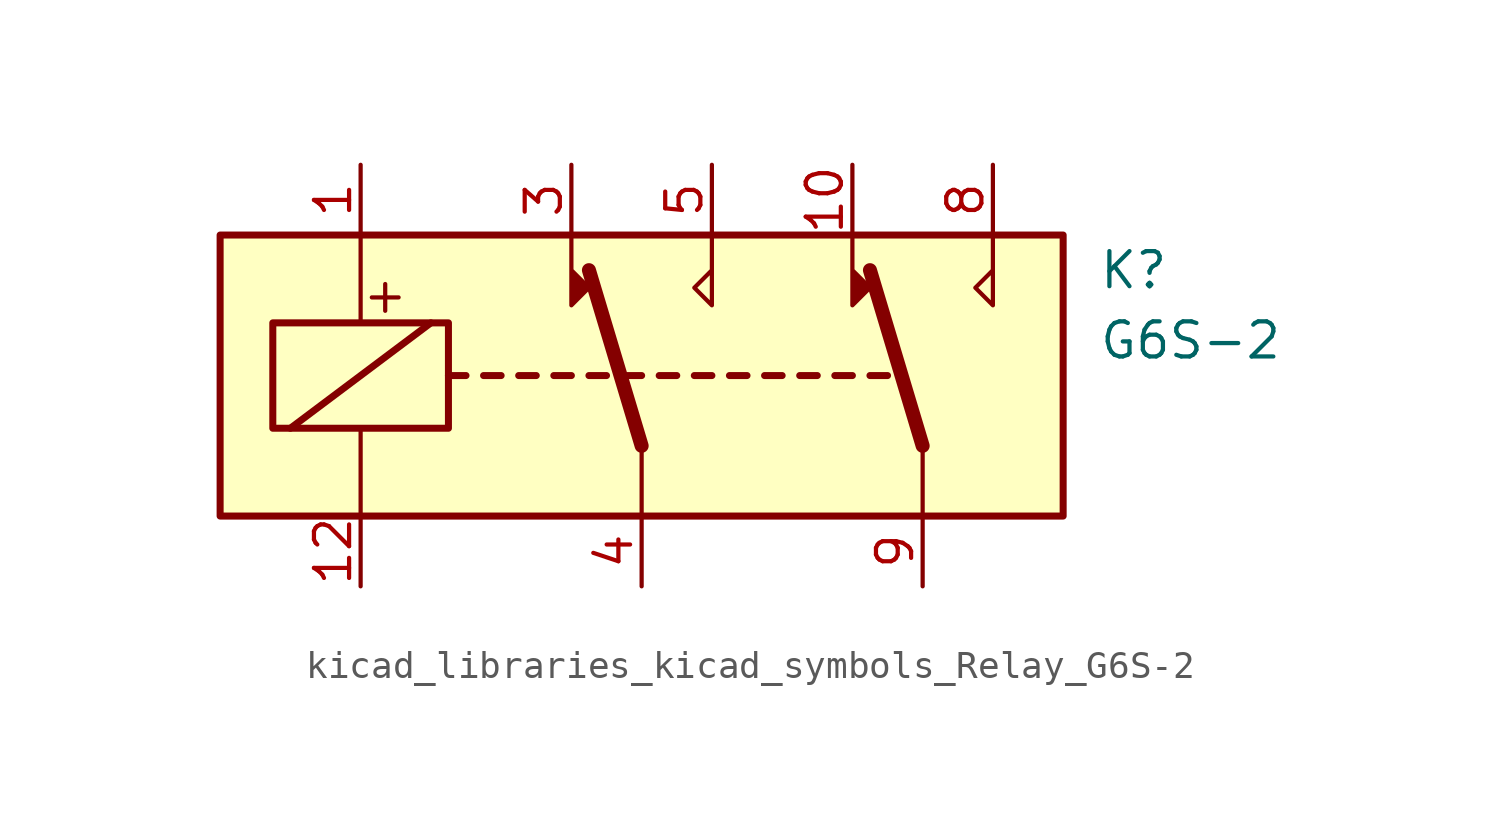
<source format=kicad_sym>
(kicad_symbol_lib
  (version 20220914)
  (generator kicad_symbol_editor)
  (symbol "kicad_libraries_kicad_symbols_Relay_G6S-2"
    (property "Reference" "K"
      (at 16.51 3.81 0)
      (effects (font (size 1.27 1.27)) (justify left)))
    (property "Value" "G6S-2"
      (at 16.51 1.27 0)
      (effects (font (size 1.27 1.27)) (justify left)))
    (symbol "kicad_libraries_kicad_symbols_Relay_G6S-2_0_0"
      (text "+" (at -9.271 2.921 0) (effects (font (size 1.27 1.27)))))
    (symbol "kicad_libraries_kicad_symbols_Relay_G6S-2_0_1"
      (rectangle (start -15.24 5.08) (end 15.24 -5.08) (stroke (width 0.254) (type default)) (fill (type background)))
      (rectangle (start -13.335 1.905) (end -6.985 -1.905) (stroke (width 0.254) (type default)) (fill (type none)))
      (polyline (pts (xy -12.7 -1.905) (xy -7.62 1.905)) (stroke (width 0.254) (type default)) (fill (type none)))
      (polyline (pts (xy -10.16 -5.08) (xy -10.16 -1.905)) (stroke (width 0) (type default)) (fill (type none)))
      (polyline (pts (xy -10.16 5.08) (xy -10.16 1.905)) (stroke (width 0) (type default)) (fill (type none)))
      (polyline (pts (xy -6.985 0) (xy -6.35 0)) (stroke (width 0.254) (type default)) (fill (type none)))
      (polyline (pts (xy -5.715 0) (xy -5.08 0)) (stroke (width 0.254) (type default)) (fill (type none)))
      (polyline (pts (xy -4.445 0) (xy -3.81 0)) (stroke (width 0.254) (type default)) (fill (type none)))
      (polyline (pts (xy -3.175 0) (xy -2.54 0)) (stroke (width 0.254) (type default)) (fill (type none)))
      (polyline (pts (xy -1.905 0) (xy -1.27 0)) (stroke (width 0.254) (type default)) (fill (type none)))
      (polyline (pts (xy -0.635 0) (xy 0 0)) (stroke (width 0.254) (type default)) (fill (type none)))
      (polyline (pts (xy 0 -2.54) (xy -1.905 3.81)) (stroke (width 0.508) (type default)) (fill (type none)))
      (polyline (pts (xy 0 -2.54) (xy 0 -5.08)) (stroke (width 0) (type default)) (fill (type none)))
      (polyline (pts (xy 0.635 0) (xy 1.27 0)) (stroke (width 0.254) (type default)) (fill (type none)))
      (polyline (pts (xy 1.905 0) (xy 2.54 0)) (stroke (width 0.254) (type default)) (fill (type none)))
      (polyline (pts (xy 3.175 0) (xy 3.81 0)) (stroke (width 0.254) (type default)) (fill (type none)))
      (polyline (pts (xy 4.445 0) (xy 5.08 0)) (stroke (width 0.254) (type default)) (fill (type none)))
      (polyline (pts (xy 5.715 0) (xy 6.35 0)) (stroke (width 0.254) (type default)) (fill (type none)))
      (polyline (pts (xy 6.985 0) (xy 7.62 0)) (stroke (width 0.254) (type default)) (fill (type none)))
      (polyline (pts (xy 8.255 0) (xy 8.89 0)) (stroke (width 0.254) (type default)) (fill (type none)))
      (polyline (pts (xy 10.16 -2.54) (xy 8.255 3.81)) (stroke (width 0.508) (type default)) (fill (type none)))
      (polyline (pts (xy 10.16 -2.54) (xy 10.16 -5.08)) (stroke (width 0) (type default)) (fill (type none)))
      (polyline (pts (xy -2.54 5.08) (xy -2.54 2.54) (xy -1.905 3.175) (xy -2.54 3.81)) (stroke (width 0) (type default)) (fill (type outline)))
      (polyline (pts (xy 2.54 5.08) (xy 2.54 2.54) (xy 1.905 3.175) (xy 2.54 3.81)) (stroke (width 0) (type default)) (fill (type none)))
      (polyline (pts (xy 7.62 5.08) (xy 7.62 2.54) (xy 8.255 3.175) (xy 7.62 3.81)) (stroke (width 0) (type default)) (fill (type outline)))
      (polyline (pts (xy 12.7 5.08) (xy 12.7 2.54) (xy 12.065 3.175) (xy 12.7 3.81)) (stroke (width 0) (type default)) (fill (type none))))
    (symbol "kicad_libraries_kicad_symbols_Relay_G6S-2_1_1"
      (pin passive line (at -10.16 7.62 270) (length 2.54) (name "~" (effects (font (size 1.27 1.27)))) (number "1" (effects (font (size 1.27 1.27)))))
      (pin passive line (at 7.62 7.62 270) (length 2.54) (name "~" (effects (font (size 1.27 1.27)))) (number "10" (effects (font (size 1.27 1.27)))))
      (pin passive line (at -10.16 -7.62 90) (length 2.54) (name "~" (effects (font (size 1.27 1.27)))) (number "12" (effects (font (size 1.27 1.27)))))
      (pin passive line (at -2.54 7.62 270) (length 2.54) (name "~" (effects (font (size 1.27 1.27)))) (number "3" (effects (font (size 1.27 1.27)))))
      (pin passive line (at 0 -7.62 90) (length 2.54) (name "~" (effects (font (size 1.27 1.27)))) (number "4" (effects (font (size 1.27 1.27)))))
      (pin passive line (at 2.54 7.62 270) (length 2.54) (name "~" (effects (font (size 1.27 1.27)))) (number "5" (effects (font (size 1.27 1.27)))))
      (pin passive line (at 12.7 7.62 270) (length 2.54) (name "~" (effects (font (size 1.27 1.27)))) (number "8" (effects (font (size 1.27 1.27)))))
      (pin passive line (at 10.16 -7.62 90) (length 2.54) (name "~" (effects (font (size 1.27 1.27)))) (number "9" (effects (font (size 1.27 1.27))))))))
</source>
